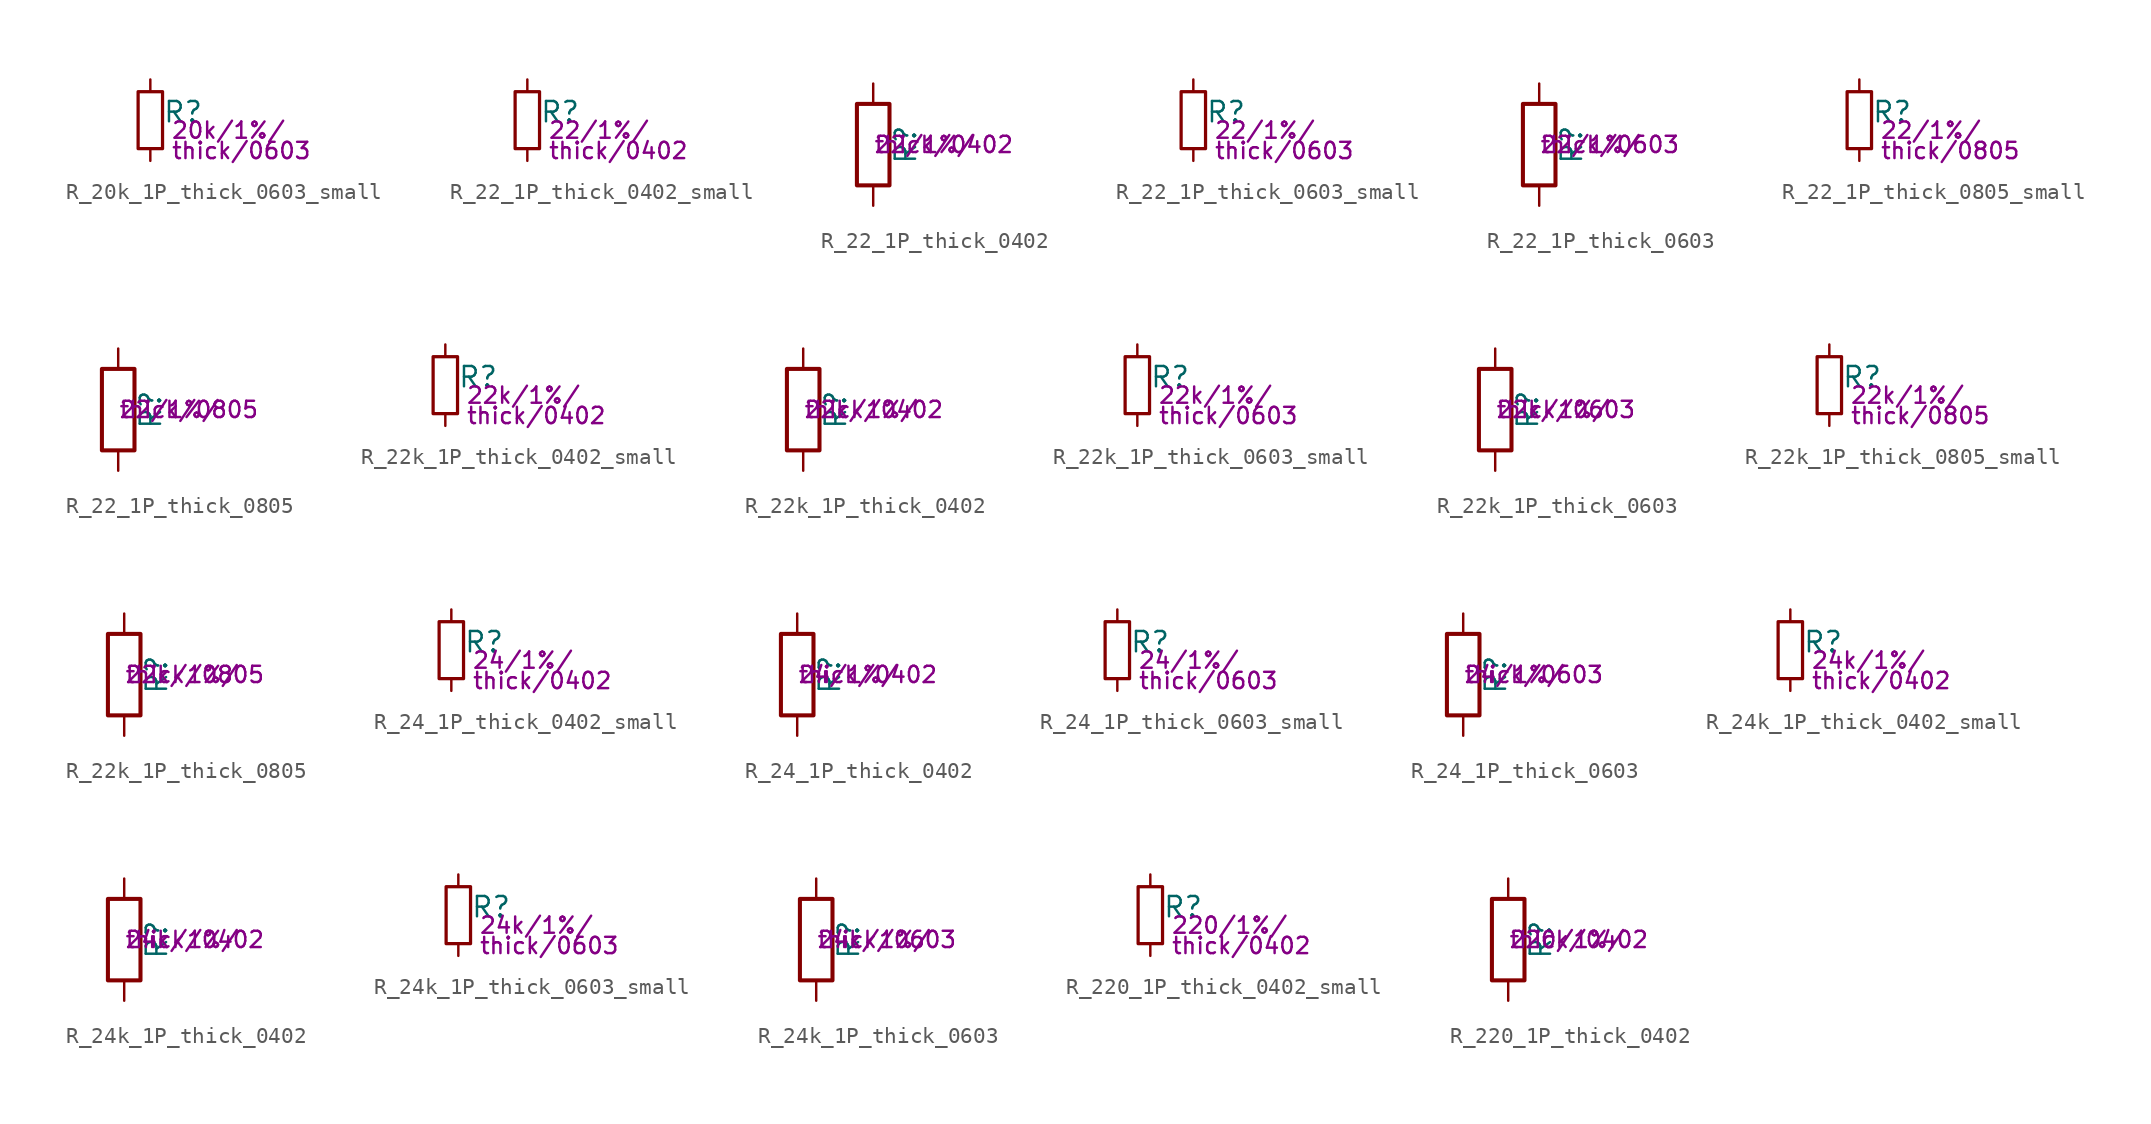
<source format=kicad_sym>
(kicad_symbol_lib
  (version 20211014)
  (generator kicad_symbol_editor)
  (symbol "R_20k_1P_thick_0603_small"
    (pin_numbers hide)
    (pin_names
      (offset 0.254) hide)
    (property "Reference" "R"
      (at 0.762 0.508 0)
      (effects (font (size 1.27 1.27)) (justify left)))
    (property "Params" "20k/1%/"
      (at 1.27 -0.635 0)
      (effects (font (size 1.016 1.016)) (justify left)))
    (property "Params2" "thick/0603"
      (at 1.27 -1.905 0)
      (effects (font (size 1.016 1.016)) (justify left)))
    (symbol "R_20k_1P_thick_0603_small_0_1"
      (rectangle (start -0.762 1.778) (end 0.762 -1.778) (stroke (width 0.203) (type default) (color 0 0 0 0)) (fill (type none))))
    (symbol "R_20k_1P_thick_0603_small_1_1"
      (pin passive line (at 0 2.54 270) (length 0.762) (name "~" (effects (font (size 1.27 1.27)))) (number "1" (effects (font (size 1.27 1.27)))))
      (pin passive line (at 0 -2.54 90) (length 0.762) (name "~" (effects (font (size 1.27 1.27)))) (number "2" (effects (font (size 1.27 1.27)))))))
  (symbol "R_22_1P_thick_0402_small"
    (pin_numbers hide)
    (pin_names
      (offset 0.254) hide)
    (property "Reference" "R"
      (at 0.762 0.508 0)
      (effects (font (size 1.27 1.27)) (justify left)))
    (property "Params" "22/1%/"
      (at 1.27 -0.635 0)
      (effects (font (size 1.016 1.016)) (justify left)))
    (property "Params2" "thick/0402"
      (at 1.27 -1.905 0)
      (effects (font (size 1.016 1.016)) (justify left)))
    (symbol "R_22_1P_thick_0402_small_0_1"
      (rectangle (start -0.762 1.778) (end 0.762 -1.778) (stroke (width 0.203) (type default) (color 0 0 0 0)) (fill (type none))))
    (symbol "R_22_1P_thick_0402_small_1_1"
      (pin passive line (at 0 2.54 270) (length 0.762) (name "~" (effects (font (size 1.27 1.27)))) (number "1" (effects (font (size 1.27 1.27)))))
      (pin passive line (at 0 -2.54 90) (length 0.762) (name "~" (effects (font (size 1.27 1.27)))) (number "2" (effects (font (size 1.27 1.27)))))))
  (symbol "R_22_1P_thick_0402"
    (pin_numbers hide)
    (pin_names
      (offset 0))
    (property "Reference" "R"
      (at 2.032 0 90)
      (effects (font (size 1.27 1.27))))
    (property "Params" "22/1%/"
      (at 0 0 0)
      (effects (font (size 1.016 1.016)) (justify left)))
    (property "Params2" "thick/0402"
      (at 0 0 0)
      (effects (font (size 1.016 1.016)) (justify left)))
    (symbol "R_22_1P_thick_0402_0_1"
      (rectangle (start -1.016 -2.54) (end 1.016 2.54) (stroke (width 0.254) (type default) (color 0 0 0 0)) (fill (type none))))
    (symbol "R_22_1P_thick_0402_1_1"
      (pin passive line (at 0 3.81 270) (length 1.27) (name "~" (effects (font (size 1.27 1.27)))) (number "1" (effects (font (size 1.27 1.27)))))
      (pin passive line (at 0 -3.81 90) (length 1.27) (name "~" (effects (font (size 1.27 1.27)))) (number "2" (effects (font (size 1.27 1.27)))))))
  (symbol "R_22_1P_thick_0603_small"
    (pin_numbers hide)
    (pin_names
      (offset 0.254) hide)
    (property "Reference" "R"
      (at 0.762 0.508 0)
      (effects (font (size 1.27 1.27)) (justify left)))
    (property "Params" "22/1%/"
      (at 1.27 -0.635 0)
      (effects (font (size 1.016 1.016)) (justify left)))
    (property "Params2" "thick/0603"
      (at 1.27 -1.905 0)
      (effects (font (size 1.016 1.016)) (justify left)))
    (symbol "R_22_1P_thick_0603_small_0_1"
      (rectangle (start -0.762 1.778) (end 0.762 -1.778) (stroke (width 0.203) (type default) (color 0 0 0 0)) (fill (type none))))
    (symbol "R_22_1P_thick_0603_small_1_1"
      (pin passive line (at 0 2.54 270) (length 0.762) (name "~" (effects (font (size 1.27 1.27)))) (number "1" (effects (font (size 1.27 1.27)))))
      (pin passive line (at 0 -2.54 90) (length 0.762) (name "~" (effects (font (size 1.27 1.27)))) (number "2" (effects (font (size 1.27 1.27)))))))
  (symbol "R_22_1P_thick_0603"
    (pin_numbers hide)
    (pin_names
      (offset 0))
    (property "Reference" "R"
      (at 2.032 0 90)
      (effects (font (size 1.27 1.27))))
    (property "Params" "22/1%/"
      (at 0 0 0)
      (effects (font (size 1.016 1.016)) (justify left)))
    (property "Params2" "thick/0603"
      (at 0 0 0)
      (effects (font (size 1.016 1.016)) (justify left)))
    (symbol "R_22_1P_thick_0603_0_1"
      (rectangle (start -1.016 -2.54) (end 1.016 2.54) (stroke (width 0.254) (type default) (color 0 0 0 0)) (fill (type none))))
    (symbol "R_22_1P_thick_0603_1_1"
      (pin passive line (at 0 3.81 270) (length 1.27) (name "~" (effects (font (size 1.27 1.27)))) (number "1" (effects (font (size 1.27 1.27)))))
      (pin passive line (at 0 -3.81 90) (length 1.27) (name "~" (effects (font (size 1.27 1.27)))) (number "2" (effects (font (size 1.27 1.27)))))))
  (symbol "R_22_1P_thick_0805_small"
    (pin_numbers hide)
    (pin_names
      (offset 0.254) hide)
    (property "Reference" "R"
      (at 0.762 0.508 0)
      (effects (font (size 1.27 1.27)) (justify left)))
    (property "Params" "22/1%/"
      (at 1.27 -0.635 0)
      (effects (font (size 1.016 1.016)) (justify left)))
    (property "Params2" "thick/0805"
      (at 1.27 -1.905 0)
      (effects (font (size 1.016 1.016)) (justify left)))
    (symbol "R_22_1P_thick_0805_small_0_1"
      (rectangle (start -0.762 1.778) (end 0.762 -1.778) (stroke (width 0.203) (type default) (color 0 0 0 0)) (fill (type none))))
    (symbol "R_22_1P_thick_0805_small_1_1"
      (pin passive line (at 0 2.54 270) (length 0.762) (name "~" (effects (font (size 1.27 1.27)))) (number "1" (effects (font (size 1.27 1.27)))))
      (pin passive line (at 0 -2.54 90) (length 0.762) (name "~" (effects (font (size 1.27 1.27)))) (number "2" (effects (font (size 1.27 1.27)))))))
  (symbol "R_22_1P_thick_0805"
    (pin_numbers hide)
    (pin_names
      (offset 0))
    (property "Reference" "R"
      (at 2.032 0 90)
      (effects (font (size 1.27 1.27))))
    (property "Params" "22/1%/"
      (at 0 0 0)
      (effects (font (size 1.016 1.016)) (justify left)))
    (property "Params2" "thick/0805"
      (at 0 0 0)
      (effects (font (size 1.016 1.016)) (justify left)))
    (symbol "R_22_1P_thick_0805_0_1"
      (rectangle (start -1.016 -2.54) (end 1.016 2.54) (stroke (width 0.254) (type default) (color 0 0 0 0)) (fill (type none))))
    (symbol "R_22_1P_thick_0805_1_1"
      (pin passive line (at 0 3.81 270) (length 1.27) (name "~" (effects (font (size 1.27 1.27)))) (number "1" (effects (font (size 1.27 1.27)))))
      (pin passive line (at 0 -3.81 90) (length 1.27) (name "~" (effects (font (size 1.27 1.27)))) (number "2" (effects (font (size 1.27 1.27)))))))
  (symbol "R_22k_1P_thick_0402_small"
    (pin_numbers hide)
    (pin_names
      (offset 0.254) hide)
    (property "Reference" "R"
      (at 0.762 0.508 0)
      (effects (font (size 1.27 1.27)) (justify left)))
    (property "Params" "22k/1%/"
      (at 1.27 -0.635 0)
      (effects (font (size 1.016 1.016)) (justify left)))
    (property "Params2" "thick/0402"
      (at 1.27 -1.905 0)
      (effects (font (size 1.016 1.016)) (justify left)))
    (symbol "R_22k_1P_thick_0402_small_0_1"
      (rectangle (start -0.762 1.778) (end 0.762 -1.778) (stroke (width 0.203) (type default) (color 0 0 0 0)) (fill (type none))))
    (symbol "R_22k_1P_thick_0402_small_1_1"
      (pin passive line (at 0 2.54 270) (length 0.762) (name "~" (effects (font (size 1.27 1.27)))) (number "1" (effects (font (size 1.27 1.27)))))
      (pin passive line (at 0 -2.54 90) (length 0.762) (name "~" (effects (font (size 1.27 1.27)))) (number "2" (effects (font (size 1.27 1.27)))))))
  (symbol "R_22k_1P_thick_0402"
    (pin_numbers hide)
    (pin_names
      (offset 0))
    (property "Reference" "R"
      (at 2.032 0 90)
      (effects (font (size 1.27 1.27))))
    (property "Params" "22k/1%/"
      (at 0 0 0)
      (effects (font (size 1.016 1.016)) (justify left)))
    (property "Params2" "thick/0402"
      (at 0 0 0)
      (effects (font (size 1.016 1.016)) (justify left)))
    (symbol "R_22k_1P_thick_0402_0_1"
      (rectangle (start -1.016 -2.54) (end 1.016 2.54) (stroke (width 0.254) (type default) (color 0 0 0 0)) (fill (type none))))
    (symbol "R_22k_1P_thick_0402_1_1"
      (pin passive line (at 0 3.81 270) (length 1.27) (name "~" (effects (font (size 1.27 1.27)))) (number "1" (effects (font (size 1.27 1.27)))))
      (pin passive line (at 0 -3.81 90) (length 1.27) (name "~" (effects (font (size 1.27 1.27)))) (number "2" (effects (font (size 1.27 1.27)))))))
  (symbol "R_22k_1P_thick_0603_small"
    (pin_numbers hide)
    (pin_names
      (offset 0.254) hide)
    (property "Reference" "R"
      (at 0.762 0.508 0)
      (effects (font (size 1.27 1.27)) (justify left)))
    (property "Params" "22k/1%/"
      (at 1.27 -0.635 0)
      (effects (font (size 1.016 1.016)) (justify left)))
    (property "Params2" "thick/0603"
      (at 1.27 -1.905 0)
      (effects (font (size 1.016 1.016)) (justify left)))
    (symbol "R_22k_1P_thick_0603_small_0_1"
      (rectangle (start -0.762 1.778) (end 0.762 -1.778) (stroke (width 0.203) (type default) (color 0 0 0 0)) (fill (type none))))
    (symbol "R_22k_1P_thick_0603_small_1_1"
      (pin passive line (at 0 2.54 270) (length 0.762) (name "~" (effects (font (size 1.27 1.27)))) (number "1" (effects (font (size 1.27 1.27)))))
      (pin passive line (at 0 -2.54 90) (length 0.762) (name "~" (effects (font (size 1.27 1.27)))) (number "2" (effects (font (size 1.27 1.27)))))))
  (symbol "R_22k_1P_thick_0603"
    (pin_numbers hide)
    (pin_names
      (offset 0))
    (property "Reference" "R"
      (at 2.032 0 90)
      (effects (font (size 1.27 1.27))))
    (property "Params" "22k/1%/"
      (at 0 0 0)
      (effects (font (size 1.016 1.016)) (justify left)))
    (property "Params2" "thick/0603"
      (at 0 0 0)
      (effects (font (size 1.016 1.016)) (justify left)))
    (symbol "R_22k_1P_thick_0603_0_1"
      (rectangle (start -1.016 -2.54) (end 1.016 2.54) (stroke (width 0.254) (type default) (color 0 0 0 0)) (fill (type none))))
    (symbol "R_22k_1P_thick_0603_1_1"
      (pin passive line (at 0 3.81 270) (length 1.27) (name "~" (effects (font (size 1.27 1.27)))) (number "1" (effects (font (size 1.27 1.27)))))
      (pin passive line (at 0 -3.81 90) (length 1.27) (name "~" (effects (font (size 1.27 1.27)))) (number "2" (effects (font (size 1.27 1.27)))))))
  (symbol "R_22k_1P_thick_0805_small"
    (pin_numbers hide)
    (pin_names
      (offset 0.254) hide)
    (property "Reference" "R"
      (at 0.762 0.508 0)
      (effects (font (size 1.27 1.27)) (justify left)))
    (property "Params" "22k/1%/"
      (at 1.27 -0.635 0)
      (effects (font (size 1.016 1.016)) (justify left)))
    (property "Params2" "thick/0805"
      (at 1.27 -1.905 0)
      (effects (font (size 1.016 1.016)) (justify left)))
    (symbol "R_22k_1P_thick_0805_small_0_1"
      (rectangle (start -0.762 1.778) (end 0.762 -1.778) (stroke (width 0.203) (type default) (color 0 0 0 0)) (fill (type none))))
    (symbol "R_22k_1P_thick_0805_small_1_1"
      (pin passive line (at 0 2.54 270) (length 0.762) (name "~" (effects (font (size 1.27 1.27)))) (number "1" (effects (font (size 1.27 1.27)))))
      (pin passive line (at 0 -2.54 90) (length 0.762) (name "~" (effects (font (size 1.27 1.27)))) (number "2" (effects (font (size 1.27 1.27)))))))
  (symbol "R_22k_1P_thick_0805"
    (pin_numbers hide)
    (pin_names
      (offset 0))
    (property "Reference" "R"
      (at 2.032 0 90)
      (effects (font (size 1.27 1.27))))
    (property "Params" "22k/1%/"
      (at 0 0 0)
      (effects (font (size 1.016 1.016)) (justify left)))
    (property "Params2" "thick/0805"
      (at 0 0 0)
      (effects (font (size 1.016 1.016)) (justify left)))
    (symbol "R_22k_1P_thick_0805_0_1"
      (rectangle (start -1.016 -2.54) (end 1.016 2.54) (stroke (width 0.254) (type default) (color 0 0 0 0)) (fill (type none))))
    (symbol "R_22k_1P_thick_0805_1_1"
      (pin passive line (at 0 3.81 270) (length 1.27) (name "~" (effects (font (size 1.27 1.27)))) (number "1" (effects (font (size 1.27 1.27)))))
      (pin passive line (at 0 -3.81 90) (length 1.27) (name "~" (effects (font (size 1.27 1.27)))) (number "2" (effects (font (size 1.27 1.27)))))))
  (symbol "R_24_1P_thick_0402_small"
    (pin_numbers hide)
    (pin_names
      (offset 0.254) hide)
    (property "Reference" "R"
      (at 0.762 0.508 0)
      (effects (font (size 1.27 1.27)) (justify left)))
    (property "Params" "24/1%/"
      (at 1.27 -0.635 0)
      (effects (font (size 1.016 1.016)) (justify left)))
    (property "Params2" "thick/0402"
      (at 1.27 -1.905 0)
      (effects (font (size 1.016 1.016)) (justify left)))
    (symbol "R_24_1P_thick_0402_small_0_1"
      (rectangle (start -0.762 1.778) (end 0.762 -1.778) (stroke (width 0.203) (type default) (color 0 0 0 0)) (fill (type none))))
    (symbol "R_24_1P_thick_0402_small_1_1"
      (pin passive line (at 0 2.54 270) (length 0.762) (name "~" (effects (font (size 1.27 1.27)))) (number "1" (effects (font (size 1.27 1.27)))))
      (pin passive line (at 0 -2.54 90) (length 0.762) (name "~" (effects (font (size 1.27 1.27)))) (number "2" (effects (font (size 1.27 1.27)))))))
  (symbol "R_24_1P_thick_0402"
    (pin_numbers hide)
    (pin_names
      (offset 0))
    (property "Reference" "R"
      (at 2.032 0 90)
      (effects (font (size 1.27 1.27))))
    (property "Params" "24/1%/"
      (at 0 0 0)
      (effects (font (size 1.016 1.016)) (justify left)))
    (property "Params2" "thick/0402"
      (at 0 0 0)
      (effects (font (size 1.016 1.016)) (justify left)))
    (symbol "R_24_1P_thick_0402_0_1"
      (rectangle (start -1.016 -2.54) (end 1.016 2.54) (stroke (width 0.254) (type default) (color 0 0 0 0)) (fill (type none))))
    (symbol "R_24_1P_thick_0402_1_1"
      (pin passive line (at 0 3.81 270) (length 1.27) (name "~" (effects (font (size 1.27 1.27)))) (number "1" (effects (font (size 1.27 1.27)))))
      (pin passive line (at 0 -3.81 90) (length 1.27) (name "~" (effects (font (size 1.27 1.27)))) (number "2" (effects (font (size 1.27 1.27)))))))
  (symbol "R_24_1P_thick_0603_small"
    (pin_numbers hide)
    (pin_names
      (offset 0.254) hide)
    (property "Reference" "R"
      (at 0.762 0.508 0)
      (effects (font (size 1.27 1.27)) (justify left)))
    (property "Params" "24/1%/"
      (at 1.27 -0.635 0)
      (effects (font (size 1.016 1.016)) (justify left)))
    (property "Params2" "thick/0603"
      (at 1.27 -1.905 0)
      (effects (font (size 1.016 1.016)) (justify left)))
    (symbol "R_24_1P_thick_0603_small_0_1"
      (rectangle (start -0.762 1.778) (end 0.762 -1.778) (stroke (width 0.203) (type default) (color 0 0 0 0)) (fill (type none))))
    (symbol "R_24_1P_thick_0603_small_1_1"
      (pin passive line (at 0 2.54 270) (length 0.762) (name "~" (effects (font (size 1.27 1.27)))) (number "1" (effects (font (size 1.27 1.27)))))
      (pin passive line (at 0 -2.54 90) (length 0.762) (name "~" (effects (font (size 1.27 1.27)))) (number "2" (effects (font (size 1.27 1.27)))))))
  (symbol "R_24_1P_thick_0603"
    (pin_numbers hide)
    (pin_names
      (offset 0))
    (property "Reference" "R"
      (at 2.032 0 90)
      (effects (font (size 1.27 1.27))))
    (property "Params" "24/1%/"
      (at 0 0 0)
      (effects (font (size 1.016 1.016)) (justify left)))
    (property "Params2" "thick/0603"
      (at 0 0 0)
      (effects (font (size 1.016 1.016)) (justify left)))
    (symbol "R_24_1P_thick_0603_0_1"
      (rectangle (start -1.016 -2.54) (end 1.016 2.54) (stroke (width 0.254) (type default) (color 0 0 0 0)) (fill (type none))))
    (symbol "R_24_1P_thick_0603_1_1"
      (pin passive line (at 0 3.81 270) (length 1.27) (name "~" (effects (font (size 1.27 1.27)))) (number "1" (effects (font (size 1.27 1.27)))))
      (pin passive line (at 0 -3.81 90) (length 1.27) (name "~" (effects (font (size 1.27 1.27)))) (number "2" (effects (font (size 1.27 1.27)))))))
  (symbol "R_24k_1P_thick_0402_small"
    (pin_numbers hide)
    (pin_names
      (offset 0.254) hide)
    (property "Reference" "R"
      (at 0.762 0.508 0)
      (effects (font (size 1.27 1.27)) (justify left)))
    (property "Params" "24k/1%/"
      (at 1.27 -0.635 0)
      (effects (font (size 1.016 1.016)) (justify left)))
    (property "Params2" "thick/0402"
      (at 1.27 -1.905 0)
      (effects (font (size 1.016 1.016)) (justify left)))
    (symbol "R_24k_1P_thick_0402_small_0_1"
      (rectangle (start -0.762 1.778) (end 0.762 -1.778) (stroke (width 0.203) (type default) (color 0 0 0 0)) (fill (type none))))
    (symbol "R_24k_1P_thick_0402_small_1_1"
      (pin passive line (at 0 2.54 270) (length 0.762) (name "~" (effects (font (size 1.27 1.27)))) (number "1" (effects (font (size 1.27 1.27)))))
      (pin passive line (at 0 -2.54 90) (length 0.762) (name "~" (effects (font (size 1.27 1.27)))) (number "2" (effects (font (size 1.27 1.27)))))))
  (symbol "R_24k_1P_thick_0402"
    (pin_numbers hide)
    (pin_names
      (offset 0))
    (property "Reference" "R"
      (at 2.032 0 90)
      (effects (font (size 1.27 1.27))))
    (property "Params" "24k/1%/"
      (at 0 0 0)
      (effects (font (size 1.016 1.016)) (justify left)))
    (property "Params2" "thick/0402"
      (at 0 0 0)
      (effects (font (size 1.016 1.016)) (justify left)))
    (symbol "R_24k_1P_thick_0402_0_1"
      (rectangle (start -1.016 -2.54) (end 1.016 2.54) (stroke (width 0.254) (type default) (color 0 0 0 0)) (fill (type none))))
    (symbol "R_24k_1P_thick_0402_1_1"
      (pin passive line (at 0 3.81 270) (length 1.27) (name "~" (effects (font (size 1.27 1.27)))) (number "1" (effects (font (size 1.27 1.27)))))
      (pin passive line (at 0 -3.81 90) (length 1.27) (name "~" (effects (font (size 1.27 1.27)))) (number "2" (effects (font (size 1.27 1.27)))))))
  (symbol "R_24k_1P_thick_0603_small"
    (pin_numbers hide)
    (pin_names
      (offset 0.254) hide)
    (property "Reference" "R"
      (at 0.762 0.508 0)
      (effects (font (size 1.27 1.27)) (justify left)))
    (property "Params" "24k/1%/"
      (at 1.27 -0.635 0)
      (effects (font (size 1.016 1.016)) (justify left)))
    (property "Params2" "thick/0603"
      (at 1.27 -1.905 0)
      (effects (font (size 1.016 1.016)) (justify left)))
    (symbol "R_24k_1P_thick_0603_small_0_1"
      (rectangle (start -0.762 1.778) (end 0.762 -1.778) (stroke (width 0.203) (type default) (color 0 0 0 0)) (fill (type none))))
    (symbol "R_24k_1P_thick_0603_small_1_1"
      (pin passive line (at 0 2.54 270) (length 0.762) (name "~" (effects (font (size 1.27 1.27)))) (number "1" (effects (font (size 1.27 1.27)))))
      (pin passive line (at 0 -2.54 90) (length 0.762) (name "~" (effects (font (size 1.27 1.27)))) (number "2" (effects (font (size 1.27 1.27)))))))
  (symbol "R_24k_1P_thick_0603"
    (pin_numbers hide)
    (pin_names
      (offset 0))
    (property "Reference" "R"
      (at 2.032 0 90)
      (effects (font (size 1.27 1.27))))
    (property "Params" "24k/1%/"
      (at 0 0 0)
      (effects (font (size 1.016 1.016)) (justify left)))
    (property "Params2" "thick/0603"
      (at 0 0 0)
      (effects (font (size 1.016 1.016)) (justify left)))
    (symbol "R_24k_1P_thick_0603_0_1"
      (rectangle (start -1.016 -2.54) (end 1.016 2.54) (stroke (width 0.254) (type default) (color 0 0 0 0)) (fill (type none))))
    (symbol "R_24k_1P_thick_0603_1_1"
      (pin passive line (at 0 3.81 270) (length 1.27) (name "~" (effects (font (size 1.27 1.27)))) (number "1" (effects (font (size 1.27 1.27)))))
      (pin passive line (at 0 -3.81 90) (length 1.27) (name "~" (effects (font (size 1.27 1.27)))) (number "2" (effects (font (size 1.27 1.27)))))))
  (symbol "R_220_1P_thick_0402_small"
    (pin_numbers hide)
    (pin_names
      (offset 0.254) hide)
    (property "Reference" "R"
      (at 0.762 0.508 0)
      (effects (font (size 1.27 1.27)) (justify left)))
    (property "Params" "220/1%/"
      (at 1.27 -0.635 0)
      (effects (font (size 1.016 1.016)) (justify left)))
    (property "Params2" "thick/0402"
      (at 1.27 -1.905 0)
      (effects (font (size 1.016 1.016)) (justify left)))
    (symbol "R_220_1P_thick_0402_small_0_1"
      (rectangle (start -0.762 1.778) (end 0.762 -1.778) (stroke (width 0.203) (type default) (color 0 0 0 0)) (fill (type none))))
    (symbol "R_220_1P_thick_0402_small_1_1"
      (pin passive line (at 0 2.54 270) (length 0.762) (name "~" (effects (font (size 1.27 1.27)))) (number "1" (effects (font (size 1.27 1.27)))))
      (pin passive line (at 0 -2.54 90) (length 0.762) (name "~" (effects (font (size 1.27 1.27)))) (number "2" (effects (font (size 1.27 1.27)))))))
  (symbol "R_220_1P_thick_0402"
    (pin_numbers hide)
    (pin_names
      (offset 0))
    (property "Reference" "R"
      (at 2.032 0 90)
      (effects (font (size 1.27 1.27))))
    (property "Params" "220/1%/"
      (at 0 0 0)
      (effects (font (size 1.016 1.016)) (justify left)))
    (property "Params2" "thick/0402"
      (at 0 0 0)
      (effects (font (size 1.016 1.016)) (justify left)))
    (symbol "R_220_1P_thick_0402_0_1"
      (rectangle (start -1.016 -2.54) (end 1.016 2.54) (stroke (width 0.254) (type default) (color 0 0 0 0)) (fill (type none))))
    (symbol "R_220_1P_thick_0402_1_1"
      (pin passive line (at 0 3.81 270) (length 1.27) (name "~" (effects (font (size 1.27 1.27)))) (number "1" (effects (font (size 1.27 1.27)))))
      (pin passive line (at 0 -3.81 90) (length 1.27) (name "~" (effects (font (size 1.27 1.27)))) (number "2" (effects (font (size 1.27 1.27))))))))
</source>
